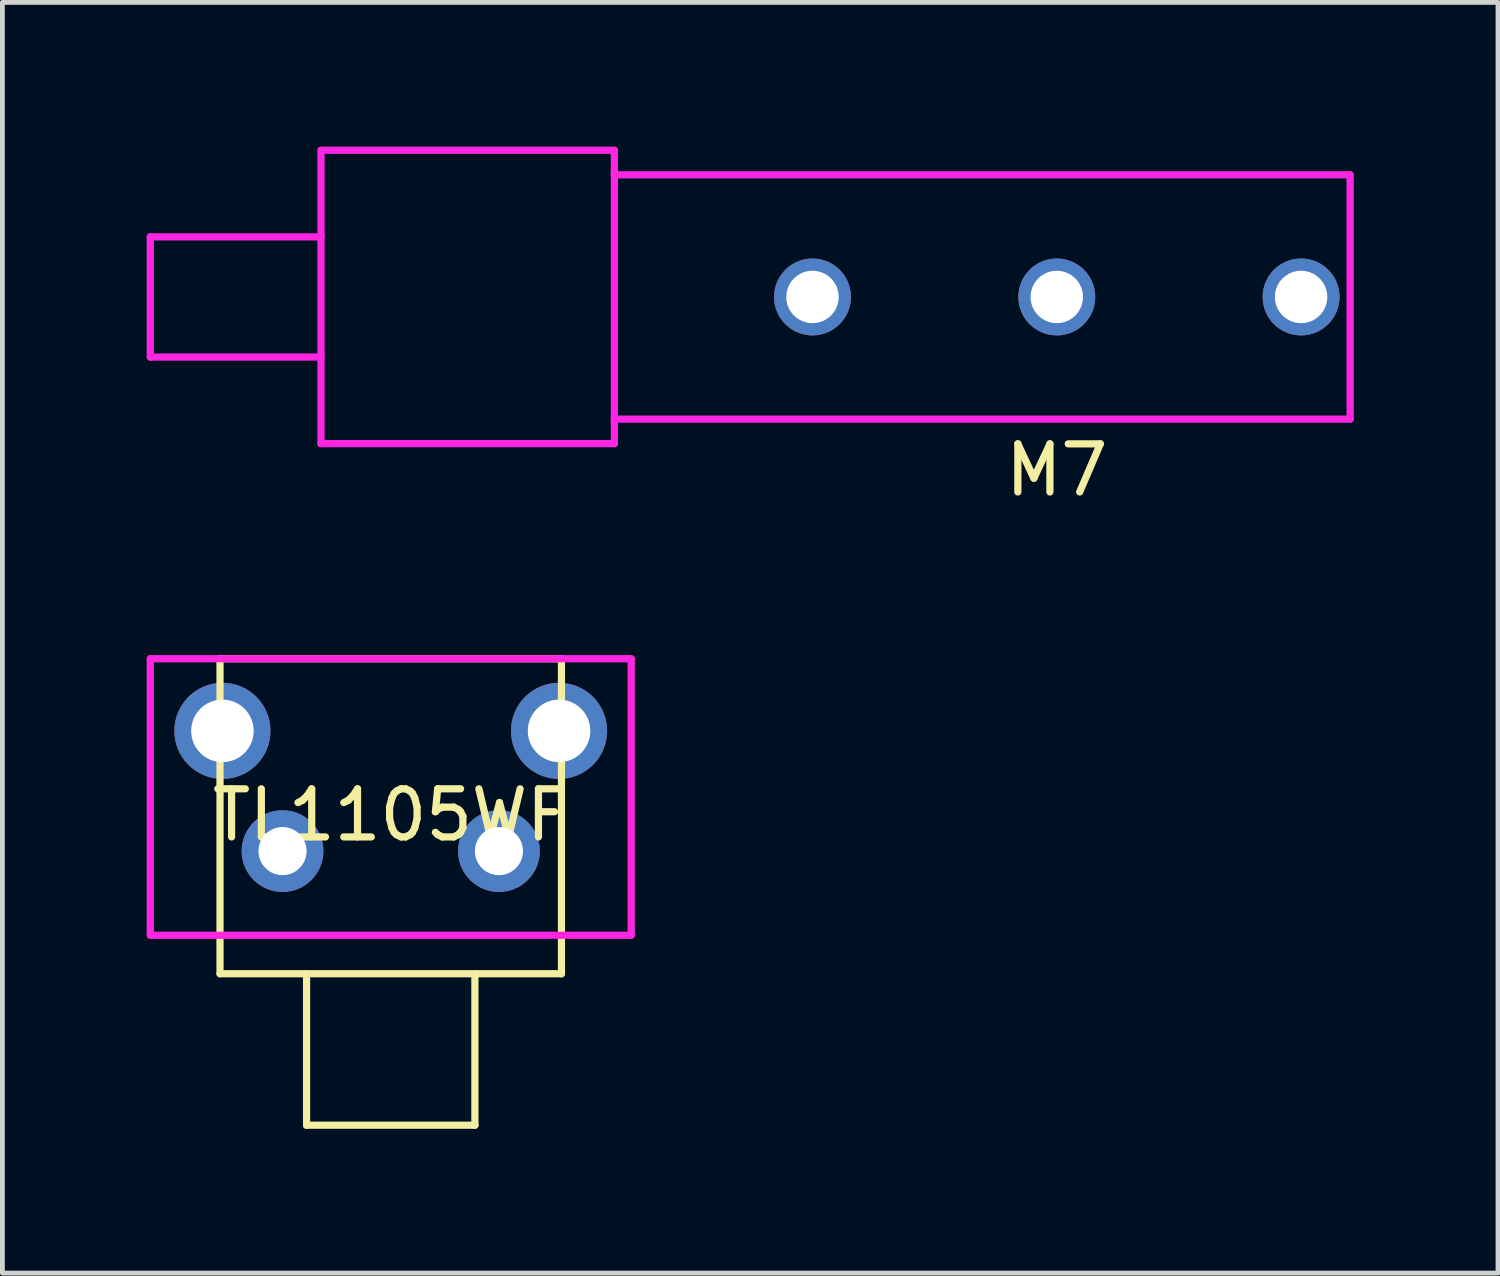
<source format=kicad_pcb>
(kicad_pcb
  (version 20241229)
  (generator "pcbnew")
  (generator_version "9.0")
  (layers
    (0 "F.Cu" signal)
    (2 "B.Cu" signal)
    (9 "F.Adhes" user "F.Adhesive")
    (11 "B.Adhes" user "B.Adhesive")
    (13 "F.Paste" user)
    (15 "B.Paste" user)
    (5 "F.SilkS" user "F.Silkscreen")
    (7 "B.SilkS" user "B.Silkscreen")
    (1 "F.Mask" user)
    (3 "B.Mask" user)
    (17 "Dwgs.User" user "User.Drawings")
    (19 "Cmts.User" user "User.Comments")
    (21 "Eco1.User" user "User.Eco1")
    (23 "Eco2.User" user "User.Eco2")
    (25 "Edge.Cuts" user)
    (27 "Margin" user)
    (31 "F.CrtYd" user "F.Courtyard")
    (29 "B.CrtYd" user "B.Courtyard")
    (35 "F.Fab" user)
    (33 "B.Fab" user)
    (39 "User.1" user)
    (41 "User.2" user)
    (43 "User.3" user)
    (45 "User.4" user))
  (footprint "TL1105WF"
    (layer "F.Cu")
    (at 5.075 13.398)
    (property "Reference" "TL1105WF" (at 0 0.5 0) (layer "F.SilkS") (effects (font (size 1 1) (thickness 0.15))))
    (attr through_hole)
    (fp_line (start -3.55 -2.75) (end -3.55 3.8) (stroke (width 0.15) (type solid)) (layer "F.SilkS"))
    (fp_line (start -3.55 -2.75) (end 3.55 -2.75) (stroke (width 0.15) (type solid)) (layer "F.SilkS"))
    (fp_line (start -3.55 3.8) (end 3.55 3.8) (stroke (width 0.15) (type solid)) (layer "F.SilkS"))
    (fp_line (start -1.75 3.8) (end -1.75 6.95) (stroke (width 0.15) (type solid)) (layer "F.SilkS"))
    (fp_line (start -1.75 6.95) (end 1.75 6.95) (stroke (width 0.15) (type solid)) (layer "F.SilkS"))
    (fp_line (start 1.75 6.95) (end 1.75 3.8) (stroke (width 0.15) (type solid)) (layer "F.SilkS"))
    (fp_line (start 3.55 3.8) (end 3.55 -2.75) (stroke (width 0.15) (type solid)) (layer "F.SilkS"))
    (fp_line (start -5 -2.75) (end -5 3) (stroke (width 0.15) (type solid)) (layer "F.CrtYd"))
    (fp_line (start -5 3) (end 5 3) (stroke (width 0.15) (type solid)) (layer "F.CrtYd"))
    (fp_line (start 5 -2.75) (end -5 -2.75) (stroke (width 0.15) (type solid)) (layer "F.CrtYd"))
    (fp_line (start 5 3) (end 5 -2.75) (stroke (width 0.15) (type solid)) (layer "F.CrtYd"))
    (pad "0" thru_hole circle (at -3.5 -1.25) (size 2 2) (drill 1.3) (layers "*.Cu" "*.Mask"))
    (pad "0" thru_hole circle (at 3.5 -1.25) (size 2 2) (drill 1.3) (layers "*.Cu" "*.Mask"))
    (pad "1" thru_hole circle (at -2.25 1.25) (size 1.7 1.7) (drill 1) (layers "*.Cu" "*.Mask"))
    (pad "2" thru_hole circle (at 2.25 1.25) (size 1.7 1.7) (drill 1) (layers "*.Cu" "*.Mask")))
  (footprint "M7"
    (layer "F.Cu")
    (at 18.925 3.125)
    (property "Reference" "M7" (at 0 3.6 0) (layer "F.SilkS") (effects (font (size 1 1) (thickness 0.15))))
    (attr through_hole)
    (fp_line (start -18.85 -1.25) (end -18.85 1.25) (stroke (width 0.15) (type solid)) (layer "F.CrtYd"))
    (fp_line (start -18.85 1.25) (end -15.3 1.25) (stroke (width 0.15) (type solid)) (layer "F.CrtYd"))
    (fp_line (start -15.3 -3.05) (end -15.3 3.05) (stroke (width 0.15) (type solid)) (layer "F.CrtYd"))
    (fp_line (start -15.3 -1.25) (end -18.85 -1.25) (stroke (width 0.15) (type solid)) (layer "F.CrtYd"))
    (fp_line (start -15.3 3.05) (end -9.2 3.05) (stroke (width 0.15) (type solid)) (layer "F.CrtYd"))
    (fp_line (start -9.2 -3.05) (end -15.3 -3.05) (stroke (width 0.15) (type solid)) (layer "F.CrtYd"))
    (fp_line (start -9.2 -3.05) (end -9.2 -2.55) (stroke (width 0.15) (type solid)) (layer "F.CrtYd"))
    (fp_line (start -9.2 -2.54) (end -9.2 2.54) (stroke (width 0.15) (type solid)) (layer "F.CrtYd"))
    (fp_line (start -9.2 3.05) (end -9.2 2.55) (stroke (width 0.15) (type solid)) (layer "F.CrtYd"))
    (fp_line (start 6.1 -2.54) (end -9.2 -2.54) (stroke (width 0.15) (type solid)) (layer "F.CrtYd"))
    (fp_line (start 6.1 -2.54) (end 6.1 2.54) (stroke (width 0.15) (type solid)) (layer "F.CrtYd"))
    (fp_line (start 6.1 2.54) (end -9.2 2.54) (stroke (width 0.15) (type solid)) (layer "F.CrtYd"))
    (pad "" thru_hole circle (at -5.08 0) (size 1.6 1.6) (drill 1.09) (layers "*.Cu" "*.Mask"))
    (pad "1" thru_hole circle (at 0 0) (size 1.6 1.6) (drill 1.09) (layers "*.Cu" "*.Mask"))
    (pad "2" thru_hole circle (at 5.08 0) (size 1.6 1.6) (drill 1.09) (layers "*.Cu" "*.Mask")))
  (gr_rect
    (start -3 -3)
    (end 28.1 23.423)
    (stroke (width 0.1) (type default))
    (fill no)
    (layer "Edge.Cuts")))
</source>
